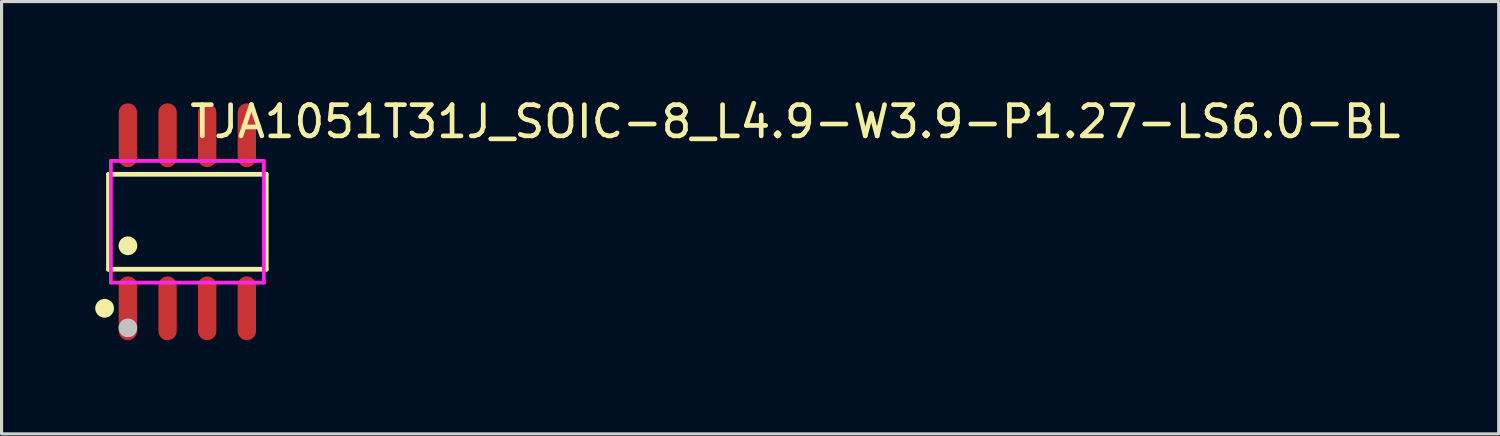
<source format=kicad_pcb>
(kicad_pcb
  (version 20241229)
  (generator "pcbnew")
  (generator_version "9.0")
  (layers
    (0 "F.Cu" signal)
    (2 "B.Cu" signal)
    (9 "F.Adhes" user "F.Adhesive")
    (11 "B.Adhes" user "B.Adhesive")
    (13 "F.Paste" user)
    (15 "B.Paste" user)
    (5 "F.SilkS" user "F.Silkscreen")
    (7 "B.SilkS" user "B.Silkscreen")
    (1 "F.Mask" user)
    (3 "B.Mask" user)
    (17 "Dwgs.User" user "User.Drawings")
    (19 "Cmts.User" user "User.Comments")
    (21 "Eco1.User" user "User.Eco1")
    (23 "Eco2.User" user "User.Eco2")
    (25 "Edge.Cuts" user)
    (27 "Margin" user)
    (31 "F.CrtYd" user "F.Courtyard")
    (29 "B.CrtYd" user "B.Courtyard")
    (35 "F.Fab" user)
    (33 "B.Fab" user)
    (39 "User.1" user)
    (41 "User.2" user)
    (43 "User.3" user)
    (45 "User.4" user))
  (footprint "TJA1051T31J_SOIC-8_L4.9-W3.9-P1.27-LS6.0-BL"
    (layer "F.Cu")
    (at 2.953 4.055)
    (property "Reference" "TJA1051T31J_SOIC-8_L4.9-W3.9-P1.27-LS6.0-BL" (at 0 -3.207 0) (layer "F.SilkS") (effects (font (size 1 1) (thickness 0.15)) (justify left)))
    (attr through_hole)
    (fp_line (start -2.526 -1.521) (end 2.526 -1.521) (stroke (width 0.152) (type solid)) (layer "F.SilkS"))
    (fp_line (start -2.526 1.521) (end -2.526 -1.521) (stroke (width 0.152) (type solid)) (layer "F.SilkS"))
    (fp_line (start 2.526 -1.521) (end 2.526 1.521) (stroke (width 0.152) (type solid)) (layer "F.SilkS"))
    (fp_line (start 2.526 1.521) (end -2.526 1.521) (stroke (width 0.152) (type solid)) (layer "F.SilkS"))
    (fp_circle (center -2.652 2.772) (end -2.501 2.772) (stroke (width 0.3) (type solid)) (fill no) (layer "F.SilkS"))
    (fp_circle (center -1.905 0.769) (end -1.755 0.769) (stroke (width 0.3) (type solid)) (fill no) (layer "F.SilkS"))
    (fp_circle (center -1.905 3.4) (end -1.755 3.4) (stroke (width 0.3) (type solid)) (fill no) (layer "Dwgs.User"))
    (fp_line (start -2.115 -2.175) (end -2.115 -1.94) (stroke (width 0.12) (type solid)) (layer "Eco2.User"))
    (fp_line (start -2.115 -1.94) (end -1.695 -1.94) (stroke (width 0.12) (type solid)) (layer "Eco2.User"))
    (fp_line (start -2.115 1.94) (end -1.695 1.94) (stroke (width 0.12) (type solid)) (layer "Eco2.User"))
    (fp_line (start -2.115 2.175) (end -2.115 1.94) (stroke (width 0.12) (type solid)) (layer "Eco2.User"))
    (fp_line (start -1.695 -2.175) (end -2.115 -2.175) (stroke (width 0.12) (type solid)) (layer "Eco2.User"))
    (fp_line (start -1.695 -1.94) (end -1.695 -2.175) (stroke (width 0.12) (type solid)) (layer "Eco2.User"))
    (fp_line (start -1.695 1.94) (end -1.695 2.175) (stroke (width 0.12) (type solid)) (layer "Eco2.User"))
    (fp_line (start -1.695 2.175) (end -2.115 2.175) (stroke (width 0.12) (type solid)) (layer "Eco2.User"))
    (fp_line (start -0.845 -2.175) (end -0.845 -1.94) (stroke (width 0.12) (type solid)) (layer "Eco2.User"))
    (fp_line (start -0.845 -1.94) (end -0.425 -1.94) (stroke (width 0.12) (type solid)) (layer "Eco2.User"))
    (fp_line (start -0.845 1.94) (end -0.425 1.94) (stroke (width 0.12) (type solid)) (layer "Eco2.User"))
    (fp_line (start -0.845 2.175) (end -0.845 1.94) (stroke (width 0.12) (type solid)) (layer "Eco2.User"))
    (fp_line (start -0.425 -2.175) (end -0.845 -2.175) (stroke (width 0.12) (type solid)) (layer "Eco2.User"))
    (fp_line (start -0.425 -1.94) (end -0.425 -2.175) (stroke (width 0.12) (type solid)) (layer "Eco2.User"))
    (fp_line (start -0.425 1.94) (end -0.425 2.175) (stroke (width 0.12) (type solid)) (layer "Eco2.User"))
    (fp_line (start -0.425 2.175) (end -0.845 2.175) (stroke (width 0.12) (type solid)) (layer "Eco2.User"))
    (fp_line (start 0.425 -2.175) (end 0.425 -1.94) (stroke (width 0.12) (type solid)) (layer "Eco2.User"))
    (fp_line (start 0.425 -1.94) (end 0.845 -1.94) (stroke (width 0.12) (type solid)) (layer "Eco2.User"))
    (fp_line (start 0.425 1.94) (end 0.845 1.94) (stroke (width 0.12) (type solid)) (layer "Eco2.User"))
    (fp_line (start 0.425 2.175) (end 0.425 1.94) (stroke (width 0.12) (type solid)) (layer "Eco2.User"))
    (fp_line (start 0.845 -2.175) (end 0.425 -2.175) (stroke (width 0.12) (type solid)) (layer "Eco2.User"))
    (fp_line (start 0.845 -1.94) (end 0.845 -2.175) (stroke (width 0.12) (type solid)) (layer "Eco2.User"))
    (fp_line (start 0.845 1.94) (end 0.845 2.175) (stroke (width 0.12) (type solid)) (layer "Eco2.User"))
    (fp_line (start 0.845 2.175) (end 0.425 2.175) (stroke (width 0.12) (type solid)) (layer "Eco2.User"))
    (fp_line (start 1.695 -2.175) (end 1.695 -1.94) (stroke (width 0.12) (type solid)) (layer "Eco2.User"))
    (fp_line (start 1.695 -1.94) (end 2.115 -1.94) (stroke (width 0.12) (type solid)) (layer "Eco2.User"))
    (fp_line (start 1.695 1.94) (end 2.115 1.94) (stroke (width 0.12) (type solid)) (layer "Eco2.User"))
    (fp_line (start 1.695 2.175) (end 1.695 1.94) (stroke (width 0.12) (type solid)) (layer "Eco2.User"))
    (fp_line (start 2.115 -2.175) (end 1.695 -2.175) (stroke (width 0.12) (type solid)) (layer "Eco2.User"))
    (fp_line (start 2.115 -1.94) (end 2.115 -2.175) (stroke (width 0.12) (type solid)) (layer "Eco2.User"))
    (fp_line (start 2.115 1.94) (end 2.115 2.175) (stroke (width 0.12) (type solid)) (layer "Eco2.User"))
    (fp_line (start 2.115 2.175) (end 1.695 2.175) (stroke (width 0.12) (type solid)) (layer "Eco2.User"))
    (fp_circle (center -2.45 3) (end -2.42 3) (stroke (width 0.06) (type solid)) (fill no) (layer "Eco2.User"))
    (fp_poly (pts (xy -2.115 -3) (xy -2.115 -2.165) (xy -1.695 -2.165) (xy -1.695 -3)) (stroke (width 0.12) (type solid)) (fill no) (layer "Eco2.User"))
    (fp_poly (pts (xy -2.115 3) (xy -2.115 2.165) (xy -1.695 2.165) (xy -1.695 3)) (stroke (width 0.12) (type solid)) (fill no) (layer "Eco2.User"))
    (fp_poly (pts (xy -0.845 -3) (xy -0.845 -2.165) (xy -0.425 -2.165) (xy -0.425 -3)) (stroke (width 0.12) (type solid)) (fill no) (layer "Eco2.User"))
    (fp_poly (pts (xy -0.845 3) (xy -0.845 2.165) (xy -0.425 2.165) (xy -0.425 3)) (stroke (width 0.12) (type solid)) (fill no) (layer "Eco2.User"))
    (fp_poly (pts (xy 0.425 -3) (xy 0.425 -2.165) (xy 0.845 -2.165) (xy 0.845 -3)) (stroke (width 0.12) (type solid)) (fill no) (layer "Eco2.User"))
    (fp_poly (pts (xy 0.425 3) (xy 0.425 2.165) (xy 0.845 2.165) (xy 0.845 3)) (stroke (width 0.12) (type solid)) (fill no) (layer "Eco2.User"))
    (fp_poly (pts (xy 1.695 -3) (xy 1.695 -2.165) (xy 2.115 -2.165) (xy 2.115 -3)) (stroke (width 0.12) (type solid)) (fill no) (layer "Eco2.User"))
    (fp_poly (pts (xy 1.695 3) (xy 1.695 2.165) (xy 2.115 2.165) (xy 2.115 3)) (stroke (width 0.12) (type solid)) (fill no) (layer "Eco2.User"))
    (fp_line (start -2.45 -1.95) (end 2.45 -1.95) (stroke (width 0.12) (type solid)) (layer "F.CrtYd"))
    (fp_line (start -2.45 1.95) (end -2.45 -1.95) (stroke (width 0.12) (type solid)) (layer "F.CrtYd"))
    (fp_line (start 2.45 -1.95) (end 2.45 1.95) (stroke (width 0.12) (type solid)) (layer "F.CrtYd"))
    (fp_line (start 2.45 1.95) (end -2.45 1.95) (stroke (width 0.12) (type solid)) (layer "F.CrtYd"))
    (pad "1" smd oval (at -1.905 2.772) (size 0.588 2.045) (layers "F.Cu" "F.Mask" "F.Paste"))
    (pad "2" smd oval (at -0.635 2.772) (size 0.588 2.045) (layers "F.Cu" "F.Mask" "F.Paste"))
    (pad "3" smd oval (at 0.635 2.772) (size 0.588 2.045) (layers "F.Cu" "F.Mask" "F.Paste"))
    (pad "4" smd oval (at 1.905 2.772) (size 0.588 2.045) (layers "F.Cu" "F.Mask" "F.Paste"))
    (pad "5" smd oval (at 1.905 -2.772) (size 0.588 2.045) (layers "F.Cu" "F.Mask" "F.Paste"))
    (pad "6" smd oval (at 0.635 -2.772) (size 0.588 2.045) (layers "F.Cu" "F.Mask" "F.Paste"))
    (pad "7" smd oval (at -0.635 -2.772) (size 0.588 2.045) (layers "F.Cu" "F.Mask" "F.Paste"))
    (pad "8" smd oval (at -1.905 -2.772) (size 0.588 2.045) (layers "F.Cu" "F.Mask" "F.Paste")))
  (gr_rect
    (start -3 -3)
    (end 44.965 10.85)
    (stroke (width 0.1) (type default))
    (fill no)
    (layer "Edge.Cuts")))
</source>
